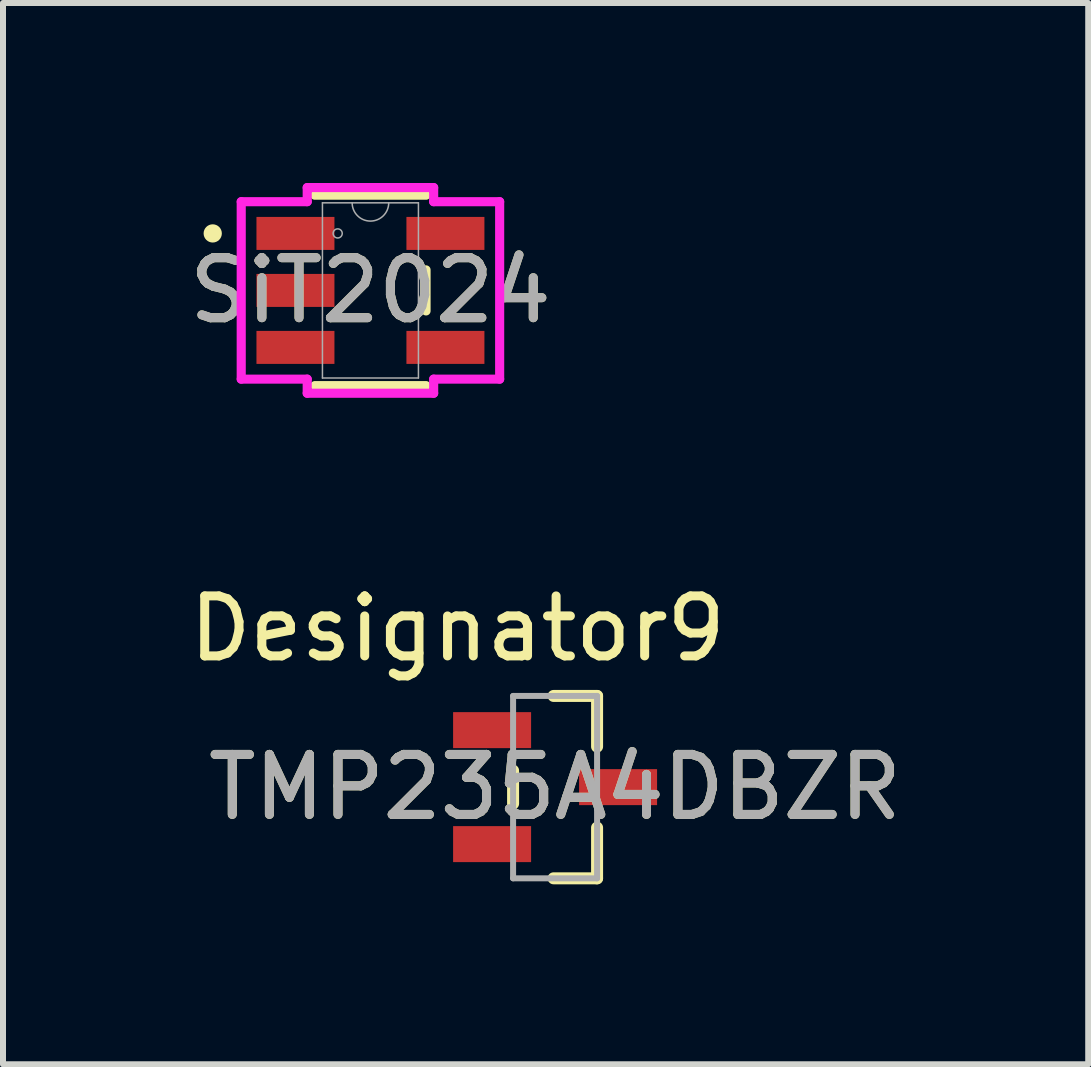
<source format=kicad_pcb>
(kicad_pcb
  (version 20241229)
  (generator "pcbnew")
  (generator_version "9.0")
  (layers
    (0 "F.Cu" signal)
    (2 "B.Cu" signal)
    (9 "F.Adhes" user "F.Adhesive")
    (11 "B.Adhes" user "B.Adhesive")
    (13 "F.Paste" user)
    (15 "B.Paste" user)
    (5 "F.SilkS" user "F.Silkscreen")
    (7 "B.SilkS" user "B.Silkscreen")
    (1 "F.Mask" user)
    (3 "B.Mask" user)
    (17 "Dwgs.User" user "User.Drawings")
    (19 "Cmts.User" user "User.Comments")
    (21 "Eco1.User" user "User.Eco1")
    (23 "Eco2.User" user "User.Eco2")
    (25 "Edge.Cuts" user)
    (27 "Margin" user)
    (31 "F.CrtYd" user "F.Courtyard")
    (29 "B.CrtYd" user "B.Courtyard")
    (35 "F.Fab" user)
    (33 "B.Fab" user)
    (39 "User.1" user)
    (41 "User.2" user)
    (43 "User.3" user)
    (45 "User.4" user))
  (footprint "TMP235A4DBZR"
    (layer "F.Cu")
    (at 6.203 10.071)
    (property "Reference" "TMP235A4DBZR" (at 0 0 0) (unlocked yes) (layer "F.SilkS") (effects (font (size 1 1) (thickness 0.15))))
    (attr smd)
    (fp_line (start -0.7 0.275) (end -0.7 -0.275) (stroke (width 0.2) (type solid)) (layer "F.SilkS"))
    (fp_line (start -0.025 -1.52) (end 0.7 -1.52) (stroke (width 0.2) (type solid)) (layer "F.SilkS"))
    (fp_line (start -0.025 1.52) (end 0.7 1.52) (stroke (width 0.2) (type solid)) (layer "F.SilkS"))
    (fp_line (start 0.7 -0.675) (end 0.7 -1.52) (stroke (width 0.2) (type solid)) (layer "F.SilkS"))
    (fp_line (start 0.7 1.52) (end 0.7 0.675) (stroke (width 0.2) (type solid)) (layer "F.SilkS"))
    (fp_line (start -0.7 -1.52) (end 0.7 -1.52) (stroke (width 0.1) (type solid)) (layer "F.Fab"))
    (fp_line (start -0.7 1.52) (end -0.7 -1.52) (stroke (width 0.1) (type solid)) (layer "F.Fab"))
    (fp_line (start -0.7 1.52) (end 0.7 1.52) (stroke (width 0.1) (type solid)) (layer "F.Fab"))
    (fp_line (start 0.7 1.52) (end 0.7 -1.52) (stroke (width 0.1) (type solid)) (layer "F.Fab"))
    (fp_text user "Designator9" (at -1.626 -2.642 0) (unlocked yes) (layer "F.SilkS") (effects (font (size 1 1) (thickness 0.15))))
    (fp_text user "${REFERENCE}" (at 0 0 0) (unlocked yes) (layer "F.Fab") (effects (font (size 1 1) (thickness 0.15))))
    (pad "1" smd rect (at -1.05 -0.95) (size 1.3 0.6) (layers "F.Cu" "F.Mask" "F.Paste"))
    (pad "2" smd rect (at -1.05 0.95) (size 1.3 0.6) (layers "F.Cu" "F.Mask" "F.Paste"))
    (pad "3" smd rect (at 1.05 0) (size 1.3 0.6) (layers "F.Cu" "F.Mask" "F.Paste")))
  (footprint "SiT2024"
    (layer "F.Cu")
    (at 3.125 1.791)
    (property "Reference" "SiT2024" (at 0 0 0) (unlocked yes) (layer "F.SilkS") (effects (font (size 1 1) (thickness 0.15))))
    (attr smd)
    (fp_line (start -0.927 1.587) (end 0.927 1.587) (stroke (width 0.152) (type solid)) (layer "F.SilkS"))
    (fp_line (start 0.927 -1.587) (end -0.927 -1.587) (stroke (width 0.152) (type solid)) (layer "F.SilkS"))
    (fp_line (start 0.927 0.342) (end 0.927 -0.342) (stroke (width 0.152) (type solid)) (layer "F.SilkS"))
    (fp_circle (center -2.629 -0.95) (end -2.553 -0.95) (stroke (width 0.152) (type solid)) (fill no) (layer "F.SilkS"))
    (fp_line (start -2.154 -1.479) (end -1.054 -1.479) (stroke (width 0.152) (type solid)) (layer "F.CrtYd"))
    (fp_line (start -2.154 1.479) (end -2.154 -1.479) (stroke (width 0.152) (type solid)) (layer "F.CrtYd"))
    (fp_line (start -2.154 1.479) (end -1.054 1.479) (stroke (width 0.152) (type solid)) (layer "F.CrtYd"))
    (fp_line (start -1.054 -1.714) (end 1.054 -1.714) (stroke (width 0.152) (type solid)) (layer "F.CrtYd"))
    (fp_line (start -1.054 -1.479) (end -1.054 -1.714) (stroke (width 0.152) (type solid)) (layer "F.CrtYd"))
    (fp_line (start -1.054 1.714) (end -1.054 1.479) (stroke (width 0.152) (type solid)) (layer "F.CrtYd"))
    (fp_line (start 1.054 -1.714) (end 1.054 -1.479) (stroke (width 0.152) (type solid)) (layer "F.CrtYd"))
    (fp_line (start 1.054 1.479) (end 1.054 1.714) (stroke (width 0.152) (type solid)) (layer "F.CrtYd"))
    (fp_line (start 1.054 1.714) (end -1.054 1.714) (stroke (width 0.152) (type solid)) (layer "F.CrtYd"))
    (fp_line (start 2.154 -1.479) (end 1.054 -1.479) (stroke (width 0.152) (type solid)) (layer "F.CrtYd"))
    (fp_line (start 2.154 -1.479) (end 2.154 1.479) (stroke (width 0.152) (type solid)) (layer "F.CrtYd"))
    (fp_line (start 2.154 1.479) (end 1.054 1.479) (stroke (width 0.152) (type solid)) (layer "F.CrtYd"))
    (fp_line (start -0.8 -1.46) (end -0.8 1.46) (stroke (width 0.025) (type solid)) (layer "F.Fab"))
    (fp_line (start -0.8 1.46) (end 0.8 1.46) (stroke (width 0.025) (type solid)) (layer "F.Fab"))
    (fp_line (start 0.8 -1.46) (end -0.8 -1.46) (stroke (width 0.025) (type solid)) (layer "F.Fab"))
    (fp_line (start 0.8 1.46) (end 0.8 -1.46) (stroke (width 0.025) (type solid)) (layer "F.Fab"))
    (fp_arc (start 0.3048 -1.4605) (mid 0 -1.1557) (end -0.3048 -1.4605) (stroke (width 0.0254) (type solid)) (layer "F.Fab"))
    (fp_circle (center -0.546 -0.95) (end -0.47 -0.95) (stroke (width 0.025) (type solid)) (fill no) (layer "F.Fab"))
    (fp_text user "${REFERENCE}" (at 0 0 0) (unlocked yes) (layer "F.Fab") (effects (font (size 1 1) (thickness 0.15))))
    (pad "1" smd rect (at -1.25 -0.95) (size 1.3 0.55) (layers "F.Cu" "F.Mask" "F.Paste"))
    (pad "2" smd rect (at -1.25 0) (size 1.3 0.55) (layers "F.Cu" "F.Mask" "F.Paste"))
    (pad "3" smd rect (at -1.25 0.95) (size 1.3 0.55) (layers "F.Cu" "F.Mask" "F.Paste"))
    (pad "4" smd rect (at 1.25 0.95) (size 1.3 0.55) (layers "F.Cu" "F.Mask" "F.Paste"))
    (pad "5" smd rect (at 1.25 -0.95) (size 1.3 0.55) (layers "F.Cu" "F.Mask" "F.Paste")))
  (gr_rect
    (start -3 -3)
    (end 15.09 14.691)
    (stroke (width 0.1) (type default))
    (fill no)
    (layer "Edge.Cuts")))
</source>
